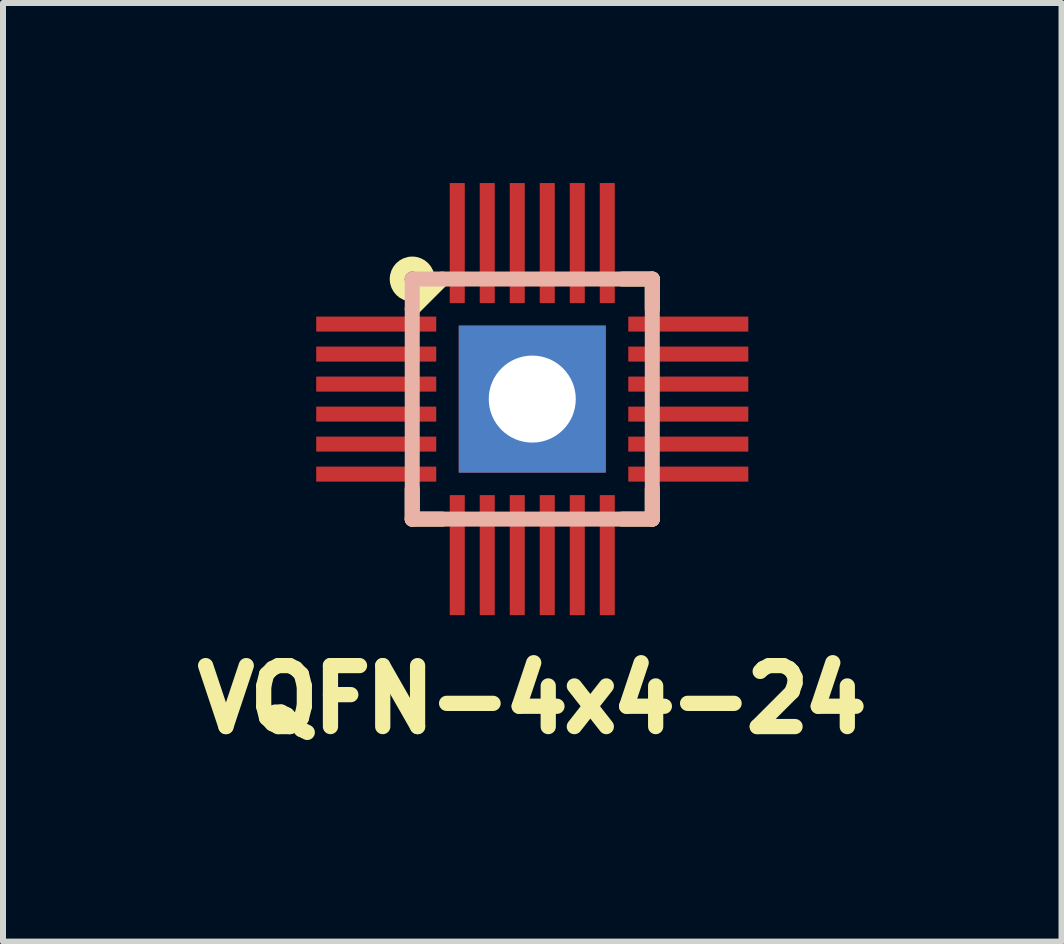
<source format=kicad_pcb>
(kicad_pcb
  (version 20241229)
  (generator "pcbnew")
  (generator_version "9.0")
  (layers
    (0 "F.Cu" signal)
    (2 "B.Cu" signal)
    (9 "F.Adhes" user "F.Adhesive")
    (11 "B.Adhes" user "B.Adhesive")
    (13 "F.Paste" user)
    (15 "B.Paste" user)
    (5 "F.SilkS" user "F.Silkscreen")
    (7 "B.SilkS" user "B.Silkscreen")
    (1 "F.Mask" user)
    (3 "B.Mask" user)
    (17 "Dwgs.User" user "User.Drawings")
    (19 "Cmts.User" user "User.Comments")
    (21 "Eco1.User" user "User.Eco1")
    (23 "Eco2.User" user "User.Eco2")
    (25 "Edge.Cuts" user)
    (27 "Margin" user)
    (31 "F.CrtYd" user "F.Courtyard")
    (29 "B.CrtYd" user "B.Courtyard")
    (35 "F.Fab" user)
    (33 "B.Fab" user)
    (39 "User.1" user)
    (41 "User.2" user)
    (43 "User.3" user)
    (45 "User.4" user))
  (footprint "VQFN-4x4-24"
    (layer "F.Cu")
    (at 5.819 3.6)
    (property "Reference" "VQFN-4x4-24" (at 0 5 0) (layer "F.SilkS") (effects (font (size 1.016 1.016) (thickness 0.254))))
    (attr through_hole)
    (fp_line (start -2 1.5) (end -2 2) (stroke (width 0.25) (type solid)) (layer "F.SilkS"))
    (fp_line (start -2 2) (end -1.5 2) (stroke (width 0.25) (type solid)) (layer "F.SilkS"))
    (fp_line (start -1.5 -2) (end -2 -1.5) (stroke (width 0.25) (type solid)) (layer "F.SilkS"))
    (fp_line (start 1.5 -2) (end 2 -2) (stroke (width 0.25) (type solid)) (layer "F.SilkS"))
    (fp_line (start 2 -2) (end 2 -1.5) (stroke (width 0.25) (type solid)) (layer "F.SilkS"))
    (fp_line (start 2 1.5) (end 2 2) (stroke (width 0.25) (type solid)) (layer "F.SilkS"))
    (fp_line (start 2 2) (end 1.5 2) (stroke (width 0.25) (type solid)) (layer "F.SilkS"))
    (fp_circle (center -2 -2) (end -2 -2.25) (stroke (width 0.25) (type solid)) (fill no) (layer "F.SilkS"))
    (fp_line (start -2 -2) (end -2 2) (stroke (width 0.25) (type solid)) (layer "B.SilkS"))
    (fp_line (start -2 2) (end 2 2) (stroke (width 0.25) (type solid)) (layer "B.SilkS"))
    (fp_line (start 2 -2) (end -2 -2) (stroke (width 0.25) (type solid)) (layer "B.SilkS"))
    (fp_line (start 2 2) (end 2 -2) (stroke (width 0.25) (type solid)) (layer "B.SilkS"))
    (pad "1" smd rect (at -2.6 -1.25) (size 2 0.25) (layers "F.Cu" "F.Mask" "F.Paste"))
    (pad "2" smd rect (at -2.6 -0.75) (size 2 0.25) (layers "F.Cu" "F.Mask" "F.Paste"))
    (pad "3" smd rect (at -2.6 -0.25) (size 2 0.25) (layers "F.Cu" "F.Mask" "F.Paste"))
    (pad "4" smd rect (at -2.6 0.25) (size 2 0.25) (layers "F.Cu" "F.Mask" "F.Paste"))
    (pad "5" smd rect (at -2.6 0.75) (size 2 0.25) (layers "F.Cu" "F.Mask" "F.Paste"))
    (pad "6" smd rect (at -2.6 1.25) (size 2 0.25) (layers "F.Cu" "F.Mask" "F.Paste"))
    (pad "7" smd rect (at -1.25 2.6) (size 0.25 2) (layers "F.Cu" "F.Mask" "F.Paste"))
    (pad "8" smd rect (at -0.75 2.6) (size 0.25 2) (layers "F.Cu" "F.Mask" "F.Paste"))
    (pad "9" smd rect (at -0.25 2.6) (size 0.25 2) (layers "F.Cu" "F.Mask" "F.Paste"))
    (pad "10" smd rect (at 0.25 2.6) (size 0.25 2) (layers "F.Cu" "F.Mask" "F.Paste"))
    (pad "11" smd rect (at 0.75 2.6) (size 0.25 2) (layers "F.Cu" "F.Mask" "F.Paste"))
    (pad "12" smd rect (at 1.25 2.6) (size 0.25 2) (layers "F.Cu" "F.Mask" "F.Paste"))
    (pad "18" smd rect (at 2.6 1.25) (size 2 0.25) (layers "F.Cu" "F.Mask" "F.Paste"))
    (pad "19" smd rect (at 2.6 0.75) (size 2 0.25) (layers "F.Cu" "F.Mask" "F.Paste"))
    (pad "20" smd rect (at 2.6 0.25) (size 2 0.25) (layers "F.Cu" "F.Mask" "F.Paste"))
    (pad "21" smd rect (at 2.6 -0.25) (size 2 0.25) (layers "F.Cu" "F.Mask" "F.Paste"))
    (pad "22" smd rect (at 2.6 -0.75) (size 2 0.25) (layers "F.Cu" "F.Mask" "F.Paste"))
    (pad "23" smd rect (at 2.6 -1.25) (size 2 0.25) (layers "F.Cu" "F.Mask" "F.Paste"))
    (pad "26" smd rect (at 1.25 -2.6) (size 0.25 2) (layers "F.Cu" "F.Mask" "F.Paste"))
    (pad "27" smd rect (at 0.75 -2.6) (size 0.25 2) (layers "F.Cu" "F.Mask" "F.Paste"))
    (pad "28" smd rect (at 0.25 -2.6) (size 0.25 2) (layers "F.Cu" "F.Mask" "F.Paste"))
    (pad "29" smd rect (at -0.25 -2.6) (size 0.25 2) (layers "F.Cu" "F.Mask" "F.Paste"))
    (pad "30" smd rect (at -0.75 -2.6) (size 0.25 2) (layers "F.Cu" "F.Mask" "F.Paste"))
    (pad "31" smd rect (at -1.25 -2.6) (size 0.25 2) (layers "F.Cu" "F.Mask" "F.Paste"))
    (pad "PAD" thru_hole rect (at 0 0) (size 2.45 2.45) (drill 1.45) (layers "*.Cu" "*.Mask")))
  (gr_rect
    (start -3 -3)
    (end 14.638 12.64)
    (stroke (width 0.1) (type default))
    (fill no)
    (layer "Edge.Cuts")))
</source>
